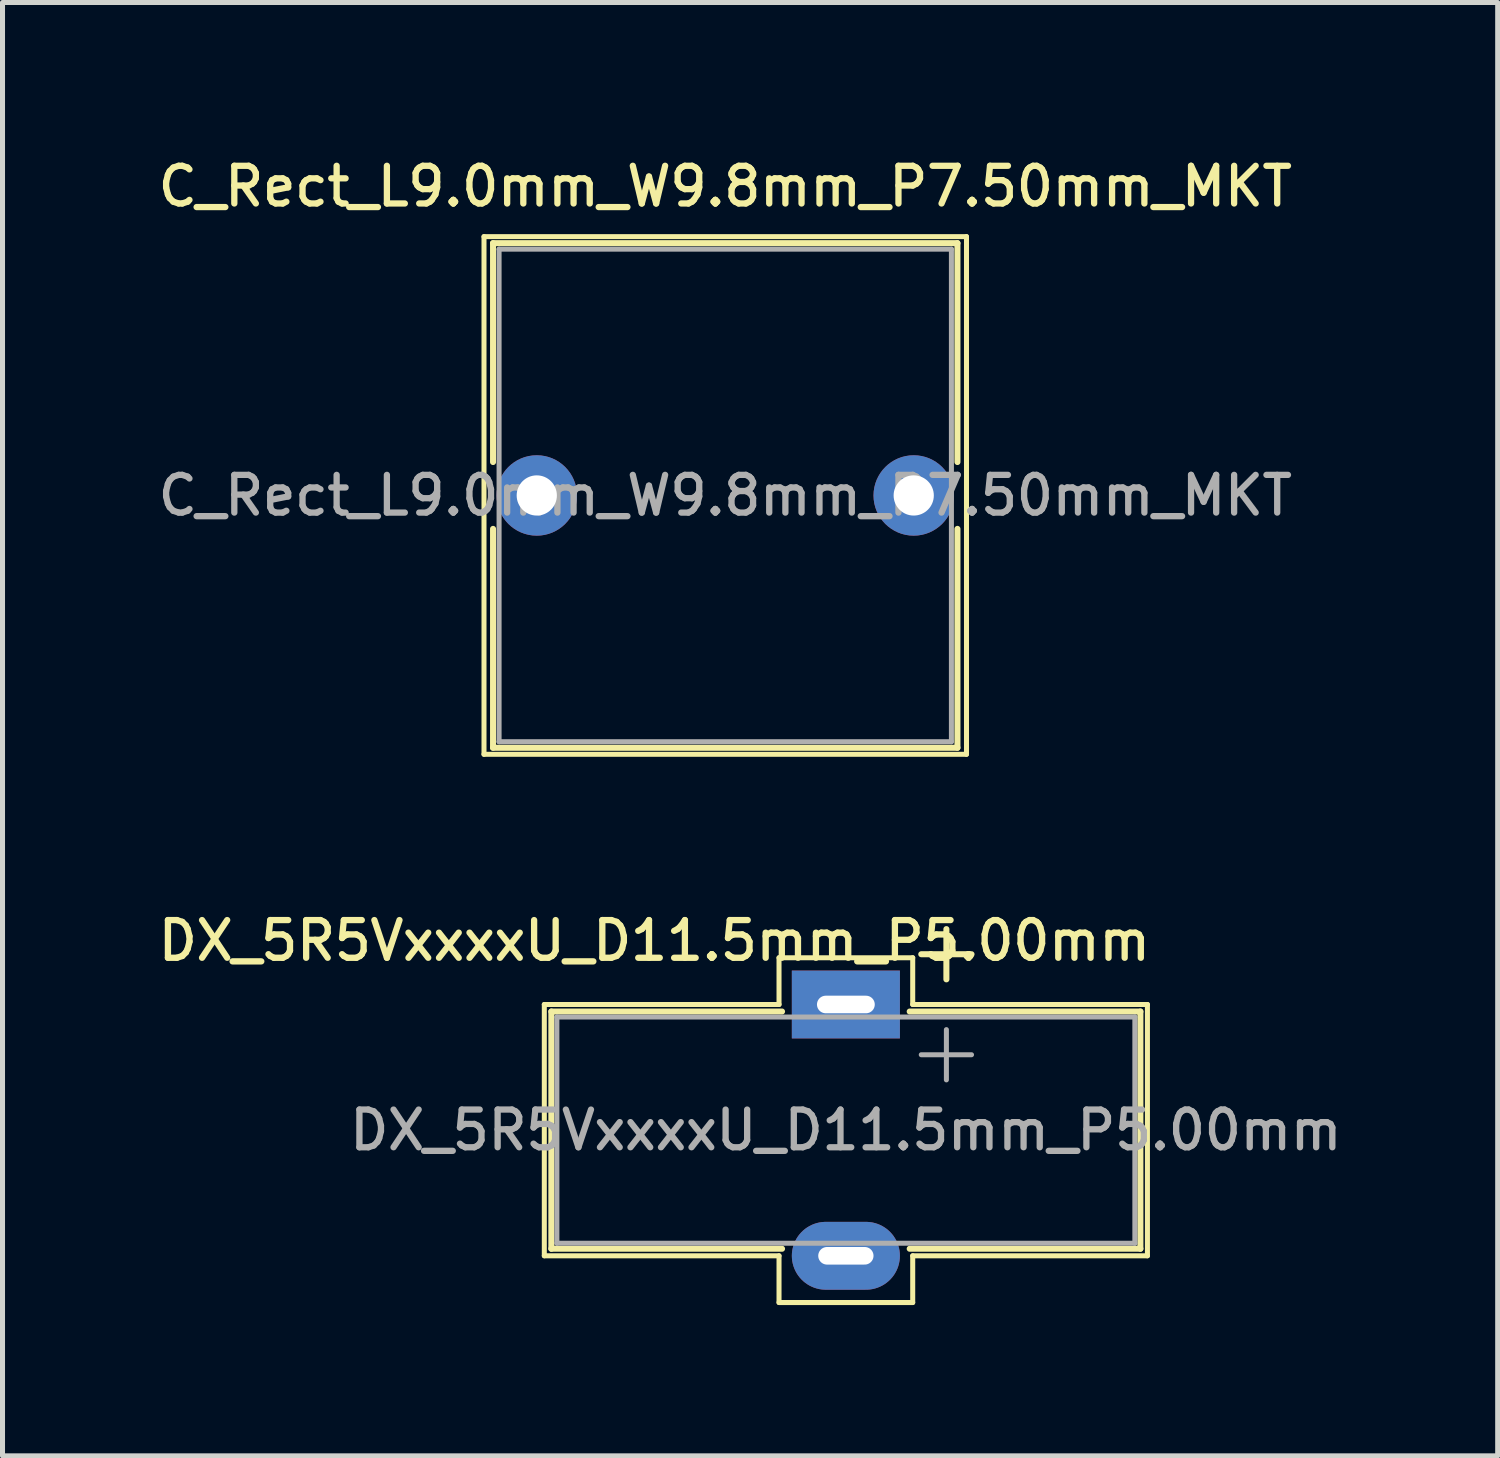
<source format=kicad_pcb>
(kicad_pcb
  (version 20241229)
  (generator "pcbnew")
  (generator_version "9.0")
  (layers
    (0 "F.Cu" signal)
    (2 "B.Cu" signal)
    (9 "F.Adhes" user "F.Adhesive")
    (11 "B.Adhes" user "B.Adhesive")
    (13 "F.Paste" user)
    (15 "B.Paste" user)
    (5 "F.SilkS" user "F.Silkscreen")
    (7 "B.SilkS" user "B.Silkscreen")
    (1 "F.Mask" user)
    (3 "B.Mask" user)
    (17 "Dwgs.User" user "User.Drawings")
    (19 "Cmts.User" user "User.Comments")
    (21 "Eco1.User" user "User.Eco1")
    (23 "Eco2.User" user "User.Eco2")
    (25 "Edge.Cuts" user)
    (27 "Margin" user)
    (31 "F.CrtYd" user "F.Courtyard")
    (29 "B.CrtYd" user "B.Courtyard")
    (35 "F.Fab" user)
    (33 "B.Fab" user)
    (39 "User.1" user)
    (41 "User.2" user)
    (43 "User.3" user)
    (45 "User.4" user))
  (footprint "C_Rect_L9.0mm_W9.8mm_P7.50mm_MKT"
    (layer "F.Cu")
    (at 7.63 6.808)
    (property "Reference" "C_Rect_L9.0mm_W9.8mm_P7.50mm_MKT" (at 3.75 -6.15 0) (layer "F.SilkS") (effects (font (size 0.75 0.75) (thickness 0.125))))
    (attr through_hole)
    (fp_line (start -1.05 -5.15) (end -1.05 5.15) (stroke (width 0.1) (type solid)) (layer "F.SilkS"))
    (fp_line (start -1.05 5.15) (end 8.55 5.15) (stroke (width 0.1) (type solid)) (layer "F.SilkS"))
    (fp_line (start -0.87 -5.02) (end -0.87 -0.665) (stroke (width 0.12) (type solid)) (layer "F.SilkS"))
    (fp_line (start -0.87 -5.02) (end 8.37 -5.02) (stroke (width 0.12) (type solid)) (layer "F.SilkS"))
    (fp_line (start -0.87 0.665) (end -0.87 5.02) (stroke (width 0.12) (type solid)) (layer "F.SilkS"))
    (fp_line (start -0.87 5.02) (end 8.37 5.02) (stroke (width 0.12) (type solid)) (layer "F.SilkS"))
    (fp_line (start 8.37 -5.02) (end 8.37 -0.665) (stroke (width 0.12) (type solid)) (layer "F.SilkS"))
    (fp_line (start 8.37 0.665) (end 8.37 5.02) (stroke (width 0.12) (type solid)) (layer "F.SilkS"))
    (fp_line (start 8.55 -5.15) (end -1.05 -5.15) (stroke (width 0.1) (type solid)) (layer "F.SilkS"))
    (fp_line (start 8.55 5.15) (end 8.55 -5.15) (stroke (width 0.1) (type solid)) (layer "F.SilkS"))
    (fp_line (start -0.75 -4.9) (end -0.75 4.9) (stroke (width 0.1) (type solid)) (layer "F.Fab"))
    (fp_line (start -0.75 4.9) (end 8.25 4.9) (stroke (width 0.1) (type solid)) (layer "F.Fab"))
    (fp_line (start 8.25 -4.9) (end -0.75 -4.9) (stroke (width 0.1) (type solid)) (layer "F.Fab"))
    (fp_line (start 8.25 4.9) (end 8.25 -4.9) (stroke (width 0.1) (type solid)) (layer "F.Fab"))
    (fp_text user "${REFERENCE}" (at 3.75 0 0) (layer "F.Fab") (effects (font (size 0.75 0.75) (thickness 0.125))))
    (pad "1" thru_hole circle (at 0 0) (size 1.6 1.6) (drill 0.8) (layers "*.Cu" "*.Mask"))
    (pad "2" thru_hole circle (at 7.5 0) (size 1.6 1.6) (drill 0.8) (layers "*.Cu" "*.Mask")))
  (footprint "DX_5R5VxxxxU_D11.5mm_P5.00mm"
    (layer "F.Cu")
    (at 13.78 16.936)
    (property "Reference" "DX_5R5VxxxxU_D11.5mm_P5.00mm" (at -3.81 -1.27 0) (layer "F.SilkS") (effects (font (size 0.75 0.75) (thickness 0.125))))
    (attr through_hole)
    (fp_line (start -6 0) (end -6 5) (stroke (width 0.1) (type solid)) (layer "F.SilkS"))
    (fp_line (start -5.86 0.14) (end -5.86 4.86) (stroke (width 0.12) (type solid)) (layer "F.SilkS"))
    (fp_line (start -5.86 0.14) (end -1.27 0.14) (stroke (width 0.12) (type solid)) (layer "F.SilkS"))
    (fp_line (start -1.33 -0.93) (end -1.33 0) (stroke (width 0.1) (type solid)) (layer "F.SilkS"))
    (fp_line (start -1.33 0) (end -6 0) (stroke (width 0.1) (type solid)) (layer "F.SilkS"))
    (fp_line (start -1.33 5) (end -6 5) (stroke (width 0.1) (type solid)) (layer "F.SilkS"))
    (fp_line (start -1.33 5) (end -1.33 5.93) (stroke (width 0.1) (type solid)) (layer "F.SilkS"))
    (fp_line (start -1.33 5.93) (end 1.33 5.93) (stroke (width 0.1) (type solid)) (layer "F.SilkS"))
    (fp_line (start -1.27 4.86) (end -5.86 4.86) (stroke (width 0.12) (type solid)) (layer "F.SilkS"))
    (fp_line (start 1.27 0.14) (end 5.86 0.14) (stroke (width 0.12) (type solid)) (layer "F.SilkS"))
    (fp_line (start 1.33 -0.93) (end -1.33 -0.93) (stroke (width 0.1) (type solid)) (layer "F.SilkS"))
    (fp_line (start 1.33 0) (end 1.33 -0.93) (stroke (width 0.1) (type solid)) (layer "F.SilkS"))
    (fp_line (start 1.33 0) (end 6 0) (stroke (width 0.1) (type solid)) (layer "F.SilkS"))
    (fp_line (start 1.33 5) (end 1.33 5.93) (stroke (width 0.1) (type solid)) (layer "F.SilkS"))
    (fp_line (start 1.5 -1) (end 2.5 -1) (stroke (width 0.12) (type solid)) (layer "F.SilkS"))
    (fp_line (start 2 -1.5) (end 2 -0.5) (stroke (width 0.12) (type solid)) (layer "F.SilkS"))
    (fp_line (start 5.86 0.14) (end 5.86 4.86) (stroke (width 0.12) (type solid)) (layer "F.SilkS"))
    (fp_line (start 5.86 4.86) (end 1.27 4.86) (stroke (width 0.12) (type solid)) (layer "F.SilkS"))
    (fp_line (start 6 0) (end 6 5) (stroke (width 0.1) (type solid)) (layer "F.SilkS"))
    (fp_line (start 6 5) (end 1.33 5) (stroke (width 0.1) (type solid)) (layer "F.SilkS"))
    (fp_line (start -5.75 0.25) (end -5.75 4.75) (stroke (width 0.1) (type solid)) (layer "F.Fab"))
    (fp_line (start -5.75 0.25) (end 5.75 0.25) (stroke (width 0.1) (type solid)) (layer "F.Fab"))
    (fp_line (start -5.75 4.75) (end 5.75 4.75) (stroke (width 0.1) (type solid)) (layer "F.Fab"))
    (fp_line (start 1.5 1) (end 2.5 1) (stroke (width 0.1) (type solid)) (layer "F.Fab"))
    (fp_line (start 2 0.5) (end 2 1.5) (stroke (width 0.1) (type solid)) (layer "F.Fab"))
    (fp_line (start 5.75 0.25) (end 5.75 4.75) (stroke (width 0.1) (type solid)) (layer "F.Fab"))
    (fp_text user "${REFERENCE}" (at 0 2.5 0) (layer "F.Fab") (effects (font (size 0.75 0.75) (thickness 0.125))))
    (pad "1" thru_hole rect (at 0 0) (size 2.15 1.35) (drill oval 1.15 0.35) (layers "*.Cu" "*.Mask"))
    (pad "2" thru_hole oval (at 0 5) (size 2.15 1.35) (drill oval 1.1 0.35) (layers "*.Cu" "*.Mask")))
  (gr_rect
    (start -3 -3)
    (end 26.749 25.916)
    (stroke (width 0.1) (type default))
    (fill no)
    (layer "Edge.Cuts")))
</source>
